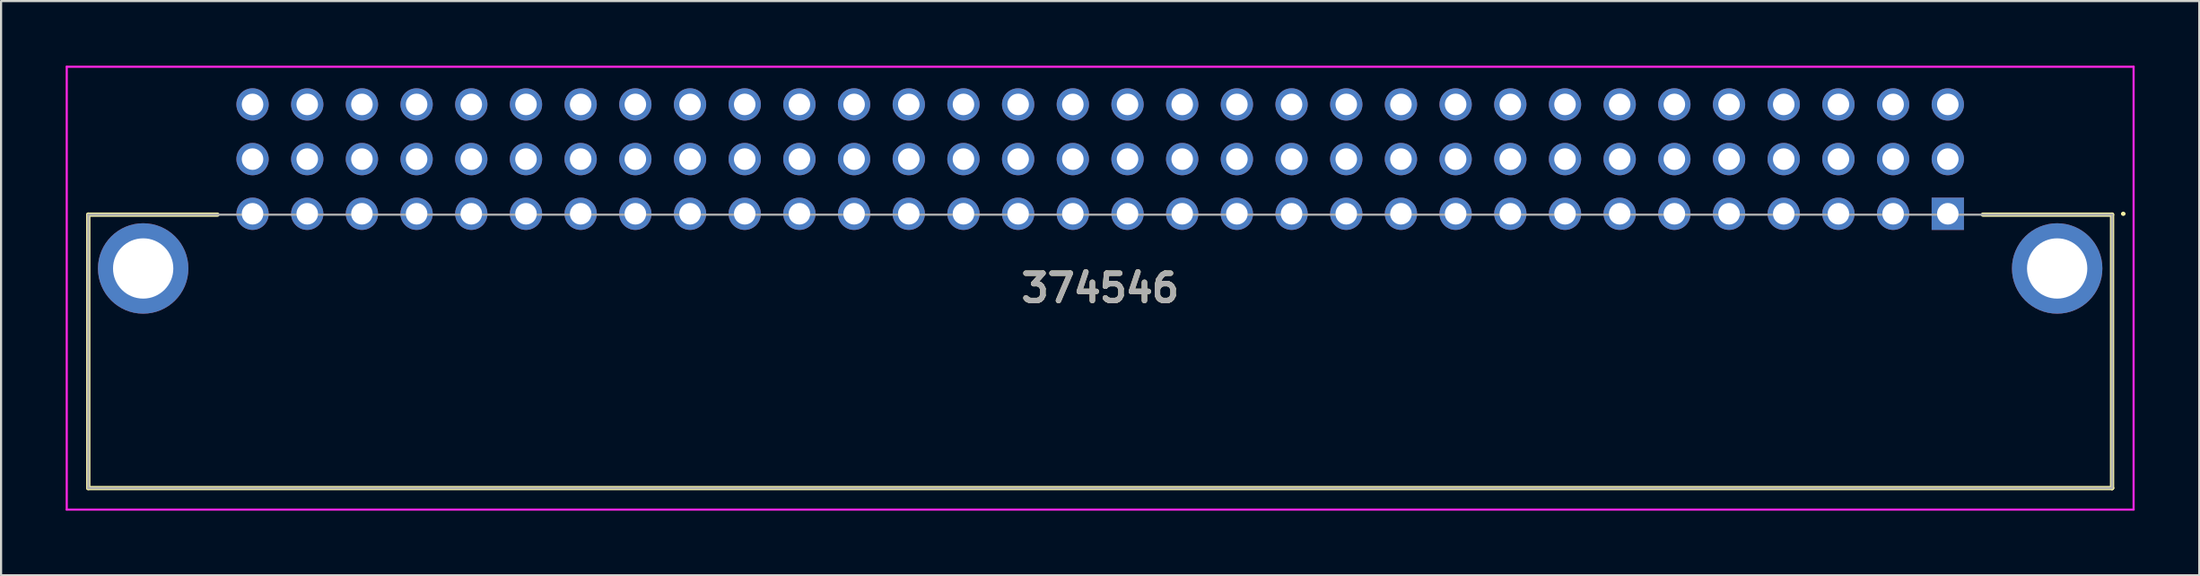
<source format=kicad_pcb>
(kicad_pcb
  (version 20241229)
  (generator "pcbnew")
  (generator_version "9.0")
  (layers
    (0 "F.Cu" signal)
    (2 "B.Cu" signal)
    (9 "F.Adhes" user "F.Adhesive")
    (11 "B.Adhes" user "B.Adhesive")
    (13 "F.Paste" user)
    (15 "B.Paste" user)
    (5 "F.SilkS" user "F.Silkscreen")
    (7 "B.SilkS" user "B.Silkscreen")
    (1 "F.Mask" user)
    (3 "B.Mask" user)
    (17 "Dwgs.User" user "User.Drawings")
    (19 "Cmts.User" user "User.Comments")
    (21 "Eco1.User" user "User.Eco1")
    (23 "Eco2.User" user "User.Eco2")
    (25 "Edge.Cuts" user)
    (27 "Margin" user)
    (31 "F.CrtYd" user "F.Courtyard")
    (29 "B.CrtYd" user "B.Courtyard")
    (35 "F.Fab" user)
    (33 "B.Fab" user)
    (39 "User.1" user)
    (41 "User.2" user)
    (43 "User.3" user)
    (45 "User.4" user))
  (footprint "374546"
    (layer "F.Cu")
    (at 87.42 6.88)
    (property "Reference" "374546" (at -39.37 3.455 0) (layer "F.SilkS") (effects (font (size 1.27 1.27) (thickness 0.254))))
    (attr through_hole)
    (fp_line (start -86.37 0.04) (end -80.37 0.04) (stroke (width 0.2) (type solid)) (layer "F.SilkS"))
    (fp_line (start -86.37 12.74) (end -86.37 0.04) (stroke (width 0.2) (type solid)) (layer "F.SilkS"))
    (fp_line (start 1.63 0.04) (end 7.63 0.04) (stroke (width 0.2) (type solid)) (layer "F.SilkS"))
    (fp_line (start 7.63 0.04) (end 7.63 12.74) (stroke (width 0.2) (type solid)) (layer "F.SilkS"))
    (fp_line (start 7.63 12.74) (end -86.37 12.74) (stroke (width 0.2) (type solid)) (layer "F.SilkS"))
    (fp_line (start 7.63 12.74) (end 7.63 12.74) (stroke (width 0.2) (type solid)) (layer "F.SilkS"))
    (fp_line (start 8.1 0) (end 8.1 0) (stroke (width 0.1) (type solid)) (layer "F.SilkS"))
    (fp_line (start 8.2 0) (end 8.2 0) (stroke (width 0.1) (type solid)) (layer "F.SilkS"))
    (fp_arc (start 8.1 0) (mid 8.15 -0.05) (end 8.2 0) (stroke (width 0.1) (type solid)) (layer "F.SilkS"))
    (fp_arc (start 8.2 0) (mid 8.15 0.05) (end 8.1 0) (stroke (width 0.1) (type solid)) (layer "F.SilkS"))
    (fp_line (start -87.37 -6.83) (end 8.63 -6.83) (stroke (width 0.1) (type solid)) (layer "F.CrtYd"))
    (fp_line (start -87.37 13.74) (end -87.37 -6.83) (stroke (width 0.1) (type solid)) (layer "F.CrtYd"))
    (fp_line (start 8.63 -6.83) (end 8.63 13.74) (stroke (width 0.1) (type solid)) (layer "F.CrtYd"))
    (fp_line (start 8.63 13.74) (end -87.37 13.74) (stroke (width 0.1) (type solid)) (layer "F.CrtYd"))
    (fp_line (start -86.37 0.04) (end 7.63 0.04) (stroke (width 0.1) (type solid)) (layer "F.Fab"))
    (fp_line (start -86.37 12.74) (end -86.37 0.04) (stroke (width 0.1) (type solid)) (layer "F.Fab"))
    (fp_line (start 7.63 0.04) (end 7.63 12.74) (stroke (width 0.1) (type solid)) (layer "F.Fab"))
    (fp_line (start 7.63 12.74) (end -86.37 12.74) (stroke (width 0.1) (type solid)) (layer "F.Fab"))
    (fp_text user "${REFERENCE}" (at -39.37 3.455 0) (layer "F.Fab") (effects (font (size 1.27 1.27) (thickness 0.254))))
    (pad "A1" thru_hole rect (at 0 0) (size 1.5 1.5) (drill 1) (layers "*.Cu" "*.Mask"))
    (pad "A2" thru_hole circle (at -2.54 0) (size 1.5 1.5) (drill 1) (layers "*.Cu" "*.Mask"))
    (pad "A3" thru_hole circle (at -5.08 0) (size 1.5 1.5) (drill 1) (layers "*.Cu" "*.Mask"))
    (pad "A4" thru_hole circle (at -7.62 0) (size 1.5 1.5) (drill 1) (layers "*.Cu" "*.Mask"))
    (pad "A5" thru_hole circle (at -10.16 0) (size 1.5 1.5) (drill 1) (layers "*.Cu" "*.Mask"))
    (pad "A6" thru_hole circle (at -12.7 0) (size 1.5 1.5) (drill 1) (layers "*.Cu" "*.Mask"))
    (pad "A7" thru_hole circle (at -15.24 0) (size 1.5 1.5) (drill 1) (layers "*.Cu" "*.Mask"))
    (pad "A8" thru_hole circle (at -17.78 0) (size 1.5 1.5) (drill 1) (layers "*.Cu" "*.Mask"))
    (pad "A9" thru_hole circle (at -20.32 0) (size 1.5 1.5) (drill 1) (layers "*.Cu" "*.Mask"))
    (pad "A10" thru_hole circle (at -22.86 0) (size 1.5 1.5) (drill 1) (layers "*.Cu" "*.Mask"))
    (pad "A11" thru_hole circle (at -25.4 0) (size 1.5 1.5) (drill 1) (layers "*.Cu" "*.Mask"))
    (pad "A12" thru_hole circle (at -27.94 0) (size 1.5 1.5) (drill 1) (layers "*.Cu" "*.Mask"))
    (pad "A13" thru_hole circle (at -30.48 0) (size 1.5 1.5) (drill 1) (layers "*.Cu" "*.Mask"))
    (pad "A14" thru_hole circle (at -33.02 0) (size 1.5 1.5) (drill 1) (layers "*.Cu" "*.Mask"))
    (pad "A15" thru_hole circle (at -35.56 0) (size 1.5 1.5) (drill 1) (layers "*.Cu" "*.Mask"))
    (pad "A16" thru_hole circle (at -38.1 0) (size 1.5 1.5) (drill 1) (layers "*.Cu" "*.Mask"))
    (pad "A17" thru_hole circle (at -40.64 0) (size 1.5 1.5) (drill 1) (layers "*.Cu" "*.Mask"))
    (pad "A18" thru_hole circle (at -43.18 0) (size 1.5 1.5) (drill 1) (layers "*.Cu" "*.Mask"))
    (pad "A19" thru_hole circle (at -45.72 0) (size 1.5 1.5) (drill 1) (layers "*.Cu" "*.Mask"))
    (pad "A20" thru_hole circle (at -48.26 0) (size 1.5 1.5) (drill 1) (layers "*.Cu" "*.Mask"))
    (pad "A21" thru_hole circle (at -50.8 0) (size 1.5 1.5) (drill 1) (layers "*.Cu" "*.Mask"))
    (pad "A22" thru_hole circle (at -53.34 0) (size 1.5 1.5) (drill 1) (layers "*.Cu" "*.Mask"))
    (pad "A23" thru_hole circle (at -55.88 0) (size 1.5 1.5) (drill 1) (layers "*.Cu" "*.Mask"))
    (pad "A24" thru_hole circle (at -58.42 0) (size 1.5 1.5) (drill 1) (layers "*.Cu" "*.Mask"))
    (pad "A25" thru_hole circle (at -60.96 0) (size 1.5 1.5) (drill 1) (layers "*.Cu" "*.Mask"))
    (pad "A26" thru_hole circle (at -63.5 0) (size 1.5 1.5) (drill 1) (layers "*.Cu" "*.Mask"))
    (pad "A27" thru_hole circle (at -66.04 0) (size 1.5 1.5) (drill 1) (layers "*.Cu" "*.Mask"))
    (pad "A28" thru_hole circle (at -68.58 0) (size 1.5 1.5) (drill 1) (layers "*.Cu" "*.Mask"))
    (pad "A29" thru_hole circle (at -71.12 0) (size 1.5 1.5) (drill 1) (layers "*.Cu" "*.Mask"))
    (pad "A30" thru_hole circle (at -73.66 0) (size 1.5 1.5) (drill 1) (layers "*.Cu" "*.Mask"))
    (pad "A31" thru_hole circle (at -76.2 0) (size 1.5 1.5) (drill 1) (layers "*.Cu" "*.Mask"))
    (pad "A32" thru_hole circle (at -78.74 0) (size 1.5 1.5) (drill 1) (layers "*.Cu" "*.Mask"))
    (pad "B1" thru_hole circle (at 0 -2.54) (size 1.5 1.5) (drill 1) (layers "*.Cu" "*.Mask"))
    (pad "B2" thru_hole circle (at -2.54 -2.54) (size 1.5 1.5) (drill 1) (layers "*.Cu" "*.Mask"))
    (pad "B3" thru_hole circle (at -5.08 -2.54) (size 1.5 1.5) (drill 1) (layers "*.Cu" "*.Mask"))
    (pad "B4" thru_hole circle (at -7.62 -2.54) (size 1.5 1.5) (drill 1) (layers "*.Cu" "*.Mask"))
    (pad "B5" thru_hole circle (at -10.16 -2.54) (size 1.5 1.5) (drill 1) (layers "*.Cu" "*.Mask"))
    (pad "B6" thru_hole circle (at -12.7 -2.54) (size 1.5 1.5) (drill 1) (layers "*.Cu" "*.Mask"))
    (pad "B7" thru_hole circle (at -15.24 -2.54) (size 1.5 1.5) (drill 1) (layers "*.Cu" "*.Mask"))
    (pad "B8" thru_hole circle (at -17.78 -2.54) (size 1.5 1.5) (drill 1) (layers "*.Cu" "*.Mask"))
    (pad "B9" thru_hole circle (at -20.32 -2.54) (size 1.5 1.5) (drill 1) (layers "*.Cu" "*.Mask"))
    (pad "B10" thru_hole circle (at -22.86 -2.54) (size 1.5 1.5) (drill 1) (layers "*.Cu" "*.Mask"))
    (pad "B11" thru_hole circle (at -25.4 -2.54) (size 1.5 1.5) (drill 1) (layers "*.Cu" "*.Mask"))
    (pad "B12" thru_hole circle (at -27.94 -2.54) (size 1.5 1.5) (drill 1) (layers "*.Cu" "*.Mask"))
    (pad "B13" thru_hole circle (at -30.48 -2.54) (size 1.5 1.5) (drill 1) (layers "*.Cu" "*.Mask"))
    (pad "B14" thru_hole circle (at -33.02 -2.54) (size 1.5 1.5) (drill 1) (layers "*.Cu" "*.Mask"))
    (pad "B15" thru_hole circle (at -35.56 -2.54) (size 1.5 1.5) (drill 1) (layers "*.Cu" "*.Mask"))
    (pad "B16" thru_hole circle (at -38.1 -2.54) (size 1.5 1.5) (drill 1) (layers "*.Cu" "*.Mask"))
    (pad "B17" thru_hole circle (at -40.64 -2.54) (size 1.5 1.5) (drill 1) (layers "*.Cu" "*.Mask"))
    (pad "B18" thru_hole circle (at -43.18 -2.54) (size 1.5 1.5) (drill 1) (layers "*.Cu" "*.Mask"))
    (pad "B19" thru_hole circle (at -45.72 -2.54) (size 1.5 1.5) (drill 1) (layers "*.Cu" "*.Mask"))
    (pad "B20" thru_hole circle (at -48.26 -2.54) (size 1.5 1.5) (drill 1) (layers "*.Cu" "*.Mask"))
    (pad "B21" thru_hole circle (at -50.8 -2.54) (size 1.5 1.5) (drill 1) (layers "*.Cu" "*.Mask"))
    (pad "B22" thru_hole circle (at -53.34 -2.54) (size 1.5 1.5) (drill 1) (layers "*.Cu" "*.Mask"))
    (pad "B23" thru_hole circle (at -55.88 -2.54) (size 1.5 1.5) (drill 1) (layers "*.Cu" "*.Mask"))
    (pad "B24" thru_hole circle (at -58.42 -2.54) (size 1.5 1.5) (drill 1) (layers "*.Cu" "*.Mask"))
    (pad "B25" thru_hole circle (at -60.96 -2.54) (size 1.5 1.5) (drill 1) (layers "*.Cu" "*.Mask"))
    (pad "B26" thru_hole circle (at -63.5 -2.54) (size 1.5 1.5) (drill 1) (layers "*.Cu" "*.Mask"))
    (pad "B27" thru_hole circle (at -66.04 -2.54) (size 1.5 1.5) (drill 1) (layers "*.Cu" "*.Mask"))
    (pad "B28" thru_hole circle (at -68.58 -2.54) (size 1.5 1.5) (drill 1) (layers "*.Cu" "*.Mask"))
    (pad "B29" thru_hole circle (at -71.12 -2.54) (size 1.5 1.5) (drill 1) (layers "*.Cu" "*.Mask"))
    (pad "B30" thru_hole circle (at -73.66 -2.54) (size 1.5 1.5) (drill 1) (layers "*.Cu" "*.Mask"))
    (pad "B31" thru_hole circle (at -76.2 -2.54) (size 1.5 1.5) (drill 1) (layers "*.Cu" "*.Mask"))
    (pad "B32" thru_hole circle (at -78.74 -2.54) (size 1.5 1.5) (drill 1) (layers "*.Cu" "*.Mask"))
    (pad "C1" thru_hole circle (at 0 -5.08) (size 1.5 1.5) (drill 1) (layers "*.Cu" "*.Mask"))
    (pad "C2" thru_hole circle (at -2.54 -5.08) (size 1.5 1.5) (drill 1) (layers "*.Cu" "*.Mask"))
    (pad "C3" thru_hole circle (at -5.08 -5.08) (size 1.5 1.5) (drill 1) (layers "*.Cu" "*.Mask"))
    (pad "C4" thru_hole circle (at -7.62 -5.08) (size 1.5 1.5) (drill 1) (layers "*.Cu" "*.Mask"))
    (pad "C5" thru_hole circle (at -10.16 -5.08) (size 1.5 1.5) (drill 1) (layers "*.Cu" "*.Mask"))
    (pad "C6" thru_hole circle (at -12.7 -5.08) (size 1.5 1.5) (drill 1) (layers "*.Cu" "*.Mask"))
    (pad "C7" thru_hole circle (at -15.24 -5.08) (size 1.5 1.5) (drill 1) (layers "*.Cu" "*.Mask"))
    (pad "C8" thru_hole circle (at -17.78 -5.08) (size 1.5 1.5) (drill 1) (layers "*.Cu" "*.Mask"))
    (pad "C9" thru_hole circle (at -20.32 -5.08) (size 1.5 1.5) (drill 1) (layers "*.Cu" "*.Mask"))
    (pad "C10" thru_hole circle (at -22.86 -5.08) (size 1.5 1.5) (drill 1) (layers "*.Cu" "*.Mask"))
    (pad "C11" thru_hole circle (at -25.4 -5.08) (size 1.5 1.5) (drill 1) (layers "*.Cu" "*.Mask"))
    (pad "C12" thru_hole circle (at -27.94 -5.08) (size 1.5 1.5) (drill 1) (layers "*.Cu" "*.Mask"))
    (pad "C13" thru_hole circle (at -30.48 -5.08) (size 1.5 1.5) (drill 1) (layers "*.Cu" "*.Mask"))
    (pad "C14" thru_hole circle (at -33.02 -5.08) (size 1.5 1.5) (drill 1) (layers "*.Cu" "*.Mask"))
    (pad "C15" thru_hole circle (at -35.56 -5.08) (size 1.5 1.5) (drill 1) (layers "*.Cu" "*.Mask"))
    (pad "C16" thru_hole circle (at -38.1 -5.08) (size 1.5 1.5) (drill 1) (layers "*.Cu" "*.Mask"))
    (pad "C17" thru_hole circle (at -40.64 -5.08) (size 1.5 1.5) (drill 1) (layers "*.Cu" "*.Mask"))
    (pad "C18" thru_hole circle (at -43.18 -5.08) (size 1.5 1.5) (drill 1) (layers "*.Cu" "*.Mask"))
    (pad "C19" thru_hole circle (at -45.72 -5.08) (size 1.5 1.5) (drill 1) (layers "*.Cu" "*.Mask"))
    (pad "C20" thru_hole circle (at -48.26 -5.08) (size 1.5 1.5) (drill 1) (layers "*.Cu" "*.Mask"))
    (pad "C21" thru_hole circle (at -50.8 -5.08) (size 1.5 1.5) (drill 1) (layers "*.Cu" "*.Mask"))
    (pad "C22" thru_hole circle (at -53.34 -5.08) (size 1.5 1.5) (drill 1) (layers "*.Cu" "*.Mask"))
    (pad "C23" thru_hole circle (at -55.88 -5.08) (size 1.5 1.5) (drill 1) (layers "*.Cu" "*.Mask"))
    (pad "C24" thru_hole circle (at -58.42 -5.08) (size 1.5 1.5) (drill 1) (layers "*.Cu" "*.Mask"))
    (pad "C25" thru_hole circle (at -60.96 -5.08) (size 1.5 1.5) (drill 1) (layers "*.Cu" "*.Mask"))
    (pad "C26" thru_hole circle (at -63.5 -5.08) (size 1.5 1.5) (drill 1) (layers "*.Cu" "*.Mask"))
    (pad "C27" thru_hole circle (at -66.04 -5.08) (size 1.5 1.5) (drill 1) (layers "*.Cu" "*.Mask"))
    (pad "C28" thru_hole circle (at -68.58 -5.08) (size 1.5 1.5) (drill 1) (layers "*.Cu" "*.Mask"))
    (pad "C29" thru_hole circle (at -71.12 -5.08) (size 1.5 1.5) (drill 1) (layers "*.Cu" "*.Mask"))
    (pad "C30" thru_hole circle (at -73.66 -5.08) (size 1.5 1.5) (drill 1) (layers "*.Cu" "*.Mask"))
    (pad "C31" thru_hole circle (at -76.2 -5.08) (size 1.5 1.5) (drill 1) (layers "*.Cu" "*.Mask"))
    (pad "C32" thru_hole circle (at -78.74 -5.08) (size 1.5 1.5) (drill 1) (layers "*.Cu" "*.Mask"))
    (pad "MH1" thru_hole circle (at 5.08 2.54) (size 4.2 4.2) (drill 2.8) (layers "*.Cu" "*.Mask"))
    (pad "MH2" thru_hole circle (at -83.82 2.54) (size 4.2 4.2) (drill 2.8) (layers "*.Cu" "*.Mask")))
  (gr_rect
    (start -3 -3)
    (end 99.1 23.67)
    (stroke (width 0.1) (type default))
    (fill no)
    (layer "Edge.Cuts")))
</source>
